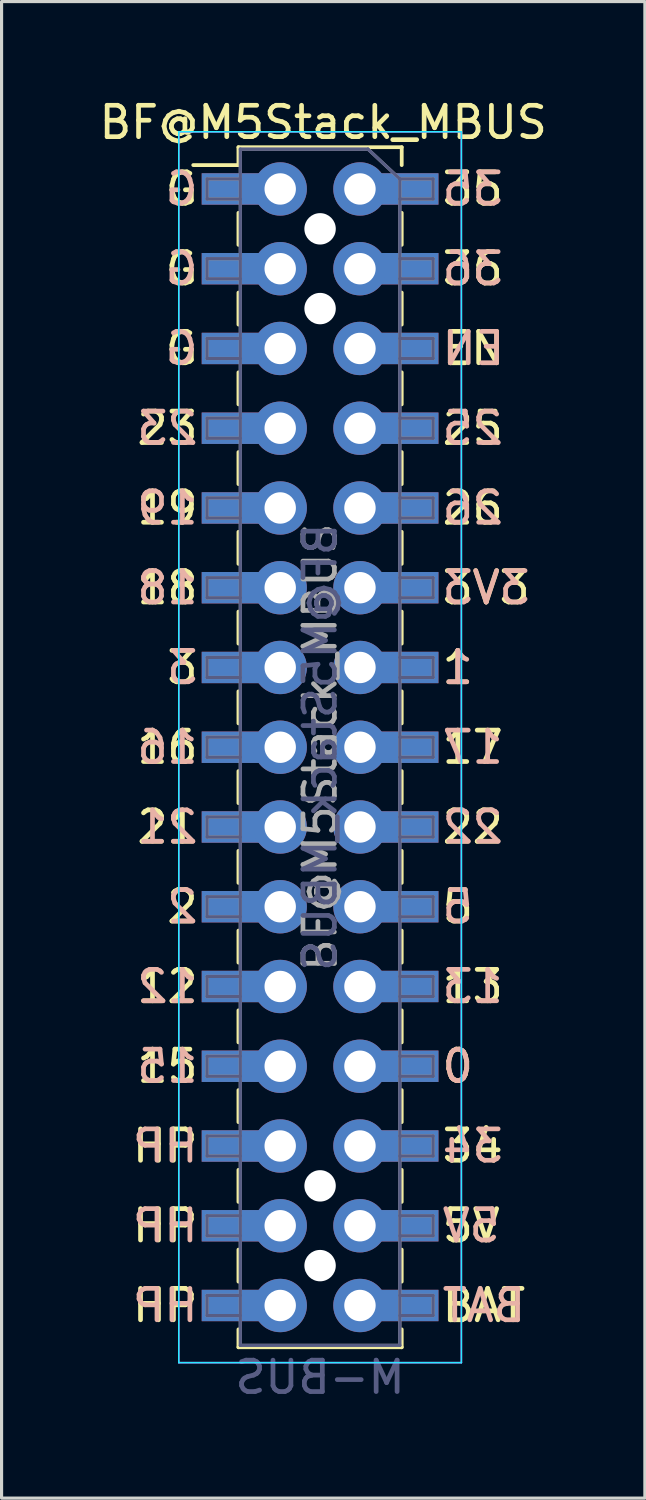
<source format=kicad_pcb>
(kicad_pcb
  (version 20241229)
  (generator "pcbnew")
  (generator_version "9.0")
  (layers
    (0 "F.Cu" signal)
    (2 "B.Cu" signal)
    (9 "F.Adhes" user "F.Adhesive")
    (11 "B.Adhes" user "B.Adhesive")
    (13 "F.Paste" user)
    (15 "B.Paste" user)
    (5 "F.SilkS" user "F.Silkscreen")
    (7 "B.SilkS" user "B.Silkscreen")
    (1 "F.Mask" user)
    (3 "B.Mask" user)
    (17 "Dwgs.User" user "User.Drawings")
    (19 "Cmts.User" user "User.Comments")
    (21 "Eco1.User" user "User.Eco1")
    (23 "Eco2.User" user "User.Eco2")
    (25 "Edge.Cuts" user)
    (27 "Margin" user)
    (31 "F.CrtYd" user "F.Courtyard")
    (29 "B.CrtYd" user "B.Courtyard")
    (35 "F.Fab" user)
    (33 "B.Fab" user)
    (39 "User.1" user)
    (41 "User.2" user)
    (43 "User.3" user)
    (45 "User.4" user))
  (footprint "BF@M5Stack_MBUS"
    (layer "F.Cu")
    (at 7.144 20.748)
    (property "Reference" "BF@M5Stack_MBUS" (at 0.1 -19.9 0) (layer "F.SilkS") (effects (font (size 1 1) (thickness 0.15))))
    (attr smd)
    (fp_line (start -4.04 -18.54) (end -2.6 -18.54) (stroke (width 0.12) (type solid)) (layer "F.SilkS"))
    (fp_line (start -2.6 -19.11) (end -2.6 -18.54) (stroke (width 0.12) (type solid)) (layer "F.SilkS"))
    (fp_line (start -2.6 -19.11) (end 2.6 -19.11) (stroke (width 0.12) (type solid)) (layer "F.SilkS"))
    (fp_line (start -2.6 -17.02) (end -2.6 -16) (stroke (width 0.12) (type solid)) (layer "F.SilkS"))
    (fp_line (start -2.6 -14.48) (end -2.6 -13.46) (stroke (width 0.12) (type solid)) (layer "F.SilkS"))
    (fp_line (start -2.6 -11.94) (end -2.6 -10.92) (stroke (width 0.12) (type solid)) (layer "F.SilkS"))
    (fp_line (start -2.6 -9.4) (end -2.6 -8.38) (stroke (width 0.12) (type solid)) (layer "F.SilkS"))
    (fp_line (start -2.6 -6.86) (end -2.6 -5.84) (stroke (width 0.12) (type solid)) (layer "F.SilkS"))
    (fp_line (start -2.6 -4.32) (end -2.6 -3.3) (stroke (width 0.12) (type solid)) (layer "F.SilkS"))
    (fp_line (start -2.6 -1.78) (end -2.6 -0.76) (stroke (width 0.12) (type solid)) (layer "F.SilkS"))
    (fp_line (start -2.6 0.76) (end -2.6 1.78) (stroke (width 0.12) (type solid)) (layer "F.SilkS"))
    (fp_line (start -2.6 3.3) (end -2.6 4.32) (stroke (width 0.12) (type solid)) (layer "F.SilkS"))
    (fp_line (start -2.6 5.84) (end -2.6 6.86) (stroke (width 0.12) (type solid)) (layer "F.SilkS"))
    (fp_line (start -2.6 8.38) (end -2.6 9.4) (stroke (width 0.12) (type solid)) (layer "F.SilkS"))
    (fp_line (start -2.6 10.92) (end -2.6 11.94) (stroke (width 0.12) (type solid)) (layer "F.SilkS"))
    (fp_line (start -2.6 13.46) (end -2.6 14.48) (stroke (width 0.12) (type solid)) (layer "F.SilkS"))
    (fp_line (start -2.6 16) (end -2.6 17.02) (stroke (width 0.12) (type solid)) (layer "F.SilkS"))
    (fp_line (start -2.6 18.54) (end -2.6 19.11) (stroke (width 0.12) (type solid)) (layer "F.SilkS"))
    (fp_line (start -2.6 19.11) (end 2.6 19.11) (stroke (width 0.12) (type solid)) (layer "F.SilkS"))
    (fp_line (start 2.6 -19.11) (end 2.6 -18.54) (stroke (width 0.12) (type solid)) (layer "F.SilkS"))
    (fp_line (start 2.6 -17.02) (end 2.6 -16) (stroke (width 0.12) (type solid)) (layer "F.SilkS"))
    (fp_line (start 2.6 -14.48) (end 2.6 -13.46) (stroke (width 0.12) (type solid)) (layer "F.SilkS"))
    (fp_line (start 2.6 -11.94) (end 2.6 -10.92) (stroke (width 0.12) (type solid)) (layer "F.SilkS"))
    (fp_line (start 2.6 -9.4) (end 2.6 -8.38) (stroke (width 0.12) (type solid)) (layer "F.SilkS"))
    (fp_line (start 2.6 -6.86) (end 2.6 -5.84) (stroke (width 0.12) (type solid)) (layer "F.SilkS"))
    (fp_line (start 2.6 -4.32) (end 2.6 -3.3) (stroke (width 0.12) (type solid)) (layer "F.SilkS"))
    (fp_line (start 2.6 -1.78) (end 2.6 -0.76) (stroke (width 0.12) (type solid)) (layer "F.SilkS"))
    (fp_line (start 2.6 0.76) (end 2.6 1.78) (stroke (width 0.12) (type solid)) (layer "F.SilkS"))
    (fp_line (start 2.6 3.3) (end 2.6 4.32) (stroke (width 0.12) (type solid)) (layer "F.SilkS"))
    (fp_line (start 2.6 5.84) (end 2.6 6.86) (stroke (width 0.12) (type solid)) (layer "F.SilkS"))
    (fp_line (start 2.6 8.38) (end 2.6 9.4) (stroke (width 0.12) (type solid)) (layer "F.SilkS"))
    (fp_line (start 2.6 10.92) (end 2.6 11.94) (stroke (width 0.12) (type solid)) (layer "F.SilkS"))
    (fp_line (start 2.6 13.46) (end 2.6 14.48) (stroke (width 0.12) (type solid)) (layer "F.SilkS"))
    (fp_line (start 2.6 16) (end 2.6 17.02) (stroke (width 0.12) (type solid)) (layer "F.SilkS"))
    (fp_line (start 2.6 18.54) (end 2.6 19.11) (stroke (width 0.12) (type solid)) (layer "F.SilkS"))
    (fp_poly (pts (xy -1.968 -17.335) (xy -3.683 -17.335) (xy -3.683 -18.224) (xy -1.968 -18.224)) (stroke (width 0.1) (type solid)) (fill yes) (layer "F.Paste"))
    (fp_poly (pts (xy -1.968 -14.796) (xy -3.683 -14.796) (xy -3.683 -15.684) (xy -1.968 -15.684)) (stroke (width 0.1) (type solid)) (fill yes) (layer "F.Paste"))
    (fp_poly (pts (xy -1.968 -12.255) (xy -3.683 -12.255) (xy -3.683 -13.145) (xy -1.968 -13.145)) (stroke (width 0.1) (type solid)) (fill yes) (layer "F.Paste"))
    (fp_poly (pts (xy -1.968 -9.716) (xy -3.683 -9.716) (xy -3.683 -10.604) (xy -1.968 -10.604)) (stroke (width 0.1) (type solid)) (fill yes) (layer "F.Paste"))
    (fp_poly (pts (xy -1.968 -7.176) (xy -3.683 -7.176) (xy -3.683 -8.065) (xy -1.968 -8.065)) (stroke (width 0.1) (type solid)) (fill yes) (layer "F.Paste"))
    (fp_poly (pts (xy -1.968 -4.636) (xy -3.683 -4.636) (xy -3.683 -5.524) (xy -1.968 -5.524)) (stroke (width 0.1) (type solid)) (fill yes) (layer "F.Paste"))
    (fp_poly (pts (xy -1.968 -2.095) (xy -3.683 -2.095) (xy -3.683 -2.985) (xy -1.968 -2.985)) (stroke (width 0.1) (type solid)) (fill yes) (layer "F.Paste"))
    (fp_poly (pts (xy -1.968 0.445) (xy -3.683 0.445) (xy -3.683 -0.445) (xy -1.968 -0.445)) (stroke (width 0.1) (type solid)) (fill yes) (layer "F.Paste"))
    (fp_poly (pts (xy -1.968 2.985) (xy -3.683 2.985) (xy -3.683 2.095) (xy -1.968 2.095)) (stroke (width 0.1) (type solid)) (fill yes) (layer "F.Paste"))
    (fp_poly (pts (xy -1.968 5.524) (xy -3.683 5.524) (xy -3.683 4.636) (xy -1.968 4.636)) (stroke (width 0.1) (type solid)) (fill yes) (layer "F.Paste"))
    (fp_poly (pts (xy -1.968 8.065) (xy -3.683 8.065) (xy -3.683 7.176) (xy -1.968 7.176)) (stroke (width 0.1) (type solid)) (fill yes) (layer "F.Paste"))
    (fp_poly (pts (xy -1.968 10.604) (xy -3.683 10.604) (xy -3.683 9.716) (xy -1.968 9.716)) (stroke (width 0.1) (type solid)) (fill yes) (layer "F.Paste"))
    (fp_poly (pts (xy -1.968 13.145) (xy -3.683 13.145) (xy -3.683 12.255) (xy -1.968 12.255)) (stroke (width 0.1) (type solid)) (fill yes) (layer "F.Paste"))
    (fp_poly (pts (xy -1.968 15.684) (xy -3.683 15.684) (xy -3.683 14.796) (xy -1.968 14.796)) (stroke (width 0.1) (type solid)) (fill yes) (layer "F.Paste"))
    (fp_poly (pts (xy -1.968 18.224) (xy -3.683 18.224) (xy -3.683 17.335) (xy -1.968 17.335)) (stroke (width 0.1) (type solid)) (fill yes) (layer "F.Paste"))
    (fp_poly (pts (xy 3.683 -17.335) (xy 1.968 -17.335) (xy 1.968 -18.224) (xy 3.683 -18.224)) (stroke (width 0.1) (type solid)) (fill yes) (layer "F.Paste"))
    (fp_poly (pts (xy 3.683 -14.796) (xy 1.968 -14.796) (xy 1.968 -15.684) (xy 3.683 -15.684)) (stroke (width 0.1) (type solid)) (fill yes) (layer "F.Paste"))
    (fp_poly (pts (xy 3.683 -12.255) (xy 1.968 -12.255) (xy 1.968 -13.145) (xy 3.683 -13.145)) (stroke (width 0.1) (type solid)) (fill yes) (layer "F.Paste"))
    (fp_poly (pts (xy 3.683 -9.716) (xy 1.968 -9.716) (xy 1.968 -10.604) (xy 3.683 -10.604)) (stroke (width 0.1) (type solid)) (fill yes) (layer "F.Paste"))
    (fp_poly (pts (xy 3.683 -7.176) (xy 1.968 -7.176) (xy 1.968 -8.065) (xy 3.683 -8.065)) (stroke (width 0.1) (type solid)) (fill yes) (layer "F.Paste"))
    (fp_poly (pts (xy 3.683 -4.636) (xy 1.968 -4.636) (xy 1.968 -5.524) (xy 3.683 -5.524)) (stroke (width 0.1) (type solid)) (fill yes) (layer "F.Paste"))
    (fp_poly (pts (xy 3.683 -2.095) (xy 1.968 -2.095) (xy 1.968 -2.985) (xy 3.683 -2.985)) (stroke (width 0.1) (type solid)) (fill yes) (layer "F.Paste"))
    (fp_poly (pts (xy 3.683 0.445) (xy 1.968 0.445) (xy 1.968 -0.445) (xy 3.683 -0.445)) (stroke (width 0.1) (type solid)) (fill yes) (layer "F.Paste"))
    (fp_poly (pts (xy 3.683 2.985) (xy 1.968 2.985) (xy 1.968 2.095) (xy 3.683 2.095)) (stroke (width 0.1) (type solid)) (fill yes) (layer "F.Paste"))
    (fp_poly (pts (xy 3.683 5.524) (xy 1.968 5.524) (xy 1.968 4.636) (xy 3.683 4.636)) (stroke (width 0.1) (type solid)) (fill yes) (layer "F.Paste"))
    (fp_poly (pts (xy 3.683 8.065) (xy 1.968 8.065) (xy 1.968 7.176) (xy 3.683 7.176)) (stroke (width 0.1) (type solid)) (fill yes) (layer "F.Paste"))
    (fp_poly (pts (xy 3.683 10.604) (xy 1.968 10.604) (xy 1.968 9.716) (xy 3.683 9.716)) (stroke (width 0.1) (type solid)) (fill yes) (layer "F.Paste"))
    (fp_poly (pts (xy 3.683 13.145) (xy 1.968 13.145) (xy 1.968 12.255) (xy 3.683 12.255)) (stroke (width 0.1) (type solid)) (fill yes) (layer "F.Paste"))
    (fp_poly (pts (xy 3.683 15.684) (xy 1.968 15.684) (xy 1.968 14.796) (xy 3.683 14.796)) (stroke (width 0.1) (type solid)) (fill yes) (layer "F.Paste"))
    (fp_poly (pts (xy 3.683 18.224) (xy 1.968 18.224) (xy 1.968 17.335) (xy 3.683 17.335)) (stroke (width 0.1) (type solid)) (fill yes) (layer "F.Paste"))
    (fp_poly (pts (xy -1.968 -18.224) (xy -3.683 -18.224) (xy -3.683 -17.335) (xy -1.968 -17.335)) (stroke (width 0.1) (type solid)) (fill yes) (layer "B.Paste"))
    (fp_poly (pts (xy -1.968 -15.684) (xy -3.683 -15.684) (xy -3.683 -14.796) (xy -1.968 -14.796)) (stroke (width 0.1) (type solid)) (fill yes) (layer "B.Paste"))
    (fp_poly (pts (xy -1.968 -13.145) (xy -3.683 -13.145) (xy -3.683 -12.255) (xy -1.968 -12.255)) (stroke (width 0.1) (type solid)) (fill yes) (layer "B.Paste"))
    (fp_poly (pts (xy -1.968 -10.604) (xy -3.683 -10.604) (xy -3.683 -9.716) (xy -1.968 -9.716)) (stroke (width 0.1) (type solid)) (fill yes) (layer "B.Paste"))
    (fp_poly (pts (xy -1.968 -8.065) (xy -3.683 -8.065) (xy -3.683 -7.176) (xy -1.968 -7.176)) (stroke (width 0.1) (type solid)) (fill yes) (layer "B.Paste"))
    (fp_poly (pts (xy -1.968 -5.524) (xy -3.683 -5.524) (xy -3.683 -4.636) (xy -1.968 -4.636)) (stroke (width 0.1) (type solid)) (fill yes) (layer "B.Paste"))
    (fp_poly (pts (xy -1.968 -2.985) (xy -3.683 -2.985) (xy -3.683 -2.095) (xy -1.968 -2.095)) (stroke (width 0.1) (type solid)) (fill yes) (layer "B.Paste"))
    (fp_poly (pts (xy -1.968 -0.445) (xy -3.683 -0.445) (xy -3.683 0.445) (xy -1.968 0.445)) (stroke (width 0.1) (type solid)) (fill yes) (layer "B.Paste"))
    (fp_poly (pts (xy -1.968 2.095) (xy -3.683 2.095) (xy -3.683 2.985) (xy -1.968 2.985)) (stroke (width 0.1) (type solid)) (fill yes) (layer "B.Paste"))
    (fp_poly (pts (xy -1.968 4.636) (xy -3.683 4.636) (xy -3.683 5.524) (xy -1.968 5.524)) (stroke (width 0.1) (type solid)) (fill yes) (layer "B.Paste"))
    (fp_poly (pts (xy -1.968 7.176) (xy -3.683 7.176) (xy -3.683 8.065) (xy -1.968 8.065)) (stroke (width 0.1) (type solid)) (fill yes) (layer "B.Paste"))
    (fp_poly (pts (xy -1.968 9.716) (xy -3.683 9.716) (xy -3.683 10.604) (xy -1.968 10.604)) (stroke (width 0.1) (type solid)) (fill yes) (layer "B.Paste"))
    (fp_poly (pts (xy -1.968 12.255) (xy -3.683 12.255) (xy -3.683 13.145) (xy -1.968 13.145)) (stroke (width 0.1) (type solid)) (fill yes) (layer "B.Paste"))
    (fp_poly (pts (xy -1.968 14.796) (xy -3.683 14.796) (xy -3.683 15.684) (xy -1.968 15.684)) (stroke (width 0.1) (type solid)) (fill yes) (layer "B.Paste"))
    (fp_poly (pts (xy -1.968 17.335) (xy -3.683 17.335) (xy -3.683 18.224) (xy -1.968 18.224)) (stroke (width 0.1) (type solid)) (fill yes) (layer "B.Paste"))
    (fp_poly (pts (xy 3.683 -18.224) (xy 1.968 -18.224) (xy 1.968 -17.335) (xy 3.683 -17.335)) (stroke (width 0.1) (type solid)) (fill yes) (layer "B.Paste"))
    (fp_poly (pts (xy 3.683 -15.684) (xy 1.968 -15.684) (xy 1.968 -14.796) (xy 3.683 -14.796)) (stroke (width 0.1) (type solid)) (fill yes) (layer "B.Paste"))
    (fp_poly (pts (xy 3.683 -13.145) (xy 1.968 -13.145) (xy 1.968 -12.255) (xy 3.683 -12.255)) (stroke (width 0.1) (type solid)) (fill yes) (layer "B.Paste"))
    (fp_poly (pts (xy 3.683 -10.604) (xy 1.968 -10.604) (xy 1.968 -9.716) (xy 3.683 -9.716)) (stroke (width 0.1) (type solid)) (fill yes) (layer "B.Paste"))
    (fp_poly (pts (xy 3.683 -8.065) (xy 1.968 -8.065) (xy 1.968 -7.176) (xy 3.683 -7.176)) (stroke (width 0.1) (type solid)) (fill yes) (layer "B.Paste"))
    (fp_poly (pts (xy 3.683 -5.524) (xy 1.968 -5.524) (xy 1.968 -4.636) (xy 3.683 -4.636)) (stroke (width 0.1) (type solid)) (fill yes) (layer "B.Paste"))
    (fp_poly (pts (xy 3.683 -2.985) (xy 1.968 -2.985) (xy 1.968 -2.095) (xy 3.683 -2.095)) (stroke (width 0.1) (type solid)) (fill yes) (layer "B.Paste"))
    (fp_poly (pts (xy 3.683 -0.445) (xy 1.968 -0.445) (xy 1.968 0.445) (xy 3.683 0.445)) (stroke (width 0.1) (type solid)) (fill yes) (layer "B.Paste"))
    (fp_poly (pts (xy 3.683 2.095) (xy 1.968 2.095) (xy 1.968 2.985) (xy 3.683 2.985)) (stroke (width 0.1) (type solid)) (fill yes) (layer "B.Paste"))
    (fp_poly (pts (xy 3.683 4.636) (xy 1.968 4.636) (xy 1.968 5.524) (xy 3.683 5.524)) (stroke (width 0.1) (type solid)) (fill yes) (layer "B.Paste"))
    (fp_poly (pts (xy 3.683 7.176) (xy 1.968 7.176) (xy 1.968 8.065) (xy 3.683 8.065)) (stroke (width 0.1) (type solid)) (fill yes) (layer "B.Paste"))
    (fp_poly (pts (xy 3.683 9.716) (xy 1.968 9.716) (xy 1.968 10.604) (xy 3.683 10.604)) (stroke (width 0.1) (type solid)) (fill yes) (layer "B.Paste"))
    (fp_poly (pts (xy 3.683 12.255) (xy 1.968 12.255) (xy 1.968 13.145) (xy 3.683 13.145)) (stroke (width 0.1) (type solid)) (fill yes) (layer "B.Paste"))
    (fp_poly (pts (xy 3.683 14.796) (xy 1.968 14.796) (xy 1.968 15.684) (xy 3.683 15.684)) (stroke (width 0.1) (type solid)) (fill yes) (layer "B.Paste"))
    (fp_poly (pts (xy 3.683 17.335) (xy 1.968 17.335) (xy 1.968 18.224) (xy 3.683 18.224)) (stroke (width 0.1) (type solid)) (fill yes) (layer "B.Paste"))
    (fp_line (start -4.5 -19.6) (end 4.5 -19.6) (stroke (width 0.05) (type solid)) (layer "B.CrtYd"))
    (fp_line (start -4.5 19.6) (end -4.5 -19.6) (stroke (width 0.05) (type solid)) (layer "B.CrtYd"))
    (fp_line (start 4.5 -19.6) (end 4.5 19.6) (stroke (width 0.05) (type solid)) (layer "B.CrtYd"))
    (fp_line (start 4.5 19.6) (end -4.5 19.6) (stroke (width 0.05) (type solid)) (layer "B.CrtYd"))
    (fp_line (start -4.5 -19.6) (end -4.5 19.6) (stroke (width 0.05) (type solid)) (layer "F.CrtYd"))
    (fp_line (start -4.5 19.6) (end 4.5 19.6) (stroke (width 0.05) (type solid)) (layer "F.CrtYd"))
    (fp_line (start 4.5 -19.6) (end -4.5 -19.6) (stroke (width 0.05) (type solid)) (layer "F.CrtYd"))
    (fp_line (start 4.5 19.6) (end 4.5 -19.6) (stroke (width 0.05) (type solid)) (layer "F.CrtYd"))
    (fp_line (start -3.6 -18.1) (end -3.6 -17.46) (stroke (width 0.1) (type solid)) (layer "B.Fab"))
    (fp_line (start -3.6 -17.46) (end -2.54 -17.46) (stroke (width 0.1) (type solid)) (layer "B.Fab"))
    (fp_line (start -3.6 -15.56) (end -3.6 -14.92) (stroke (width 0.1) (type solid)) (layer "B.Fab"))
    (fp_line (start -3.6 -14.92) (end -2.54 -14.92) (stroke (width 0.1) (type solid)) (layer "B.Fab"))
    (fp_line (start -3.6 -13.02) (end -3.6 -12.38) (stroke (width 0.1) (type solid)) (layer "B.Fab"))
    (fp_line (start -3.6 -12.38) (end -2.54 -12.38) (stroke (width 0.1) (type solid)) (layer "B.Fab"))
    (fp_line (start -3.6 -10.48) (end -3.6 -9.84) (stroke (width 0.1) (type solid)) (layer "B.Fab"))
    (fp_line (start -3.6 -9.84) (end -2.54 -9.84) (stroke (width 0.1) (type solid)) (layer "B.Fab"))
    (fp_line (start -3.6 -7.94) (end -3.6 -7.3) (stroke (width 0.1) (type solid)) (layer "B.Fab"))
    (fp_line (start -3.6 -7.3) (end -2.54 -7.3) (stroke (width 0.1) (type solid)) (layer "B.Fab"))
    (fp_line (start -3.6 -5.4) (end -3.6 -4.76) (stroke (width 0.1) (type solid)) (layer "B.Fab"))
    (fp_line (start -3.6 -4.76) (end -2.54 -4.76) (stroke (width 0.1) (type solid)) (layer "B.Fab"))
    (fp_line (start -3.6 -2.86) (end -3.6 -2.22) (stroke (width 0.1) (type solid)) (layer "B.Fab"))
    (fp_line (start -3.6 -2.22) (end -2.54 -2.22) (stroke (width 0.1) (type solid)) (layer "B.Fab"))
    (fp_line (start -3.6 -0.32) (end -3.6 0.32) (stroke (width 0.1) (type solid)) (layer "B.Fab"))
    (fp_line (start -3.6 0.32) (end -2.54 0.32) (stroke (width 0.1) (type solid)) (layer "B.Fab"))
    (fp_line (start -3.6 2.22) (end -3.6 2.86) (stroke (width 0.1) (type solid)) (layer "B.Fab"))
    (fp_line (start -3.6 2.86) (end -2.54 2.86) (stroke (width 0.1) (type solid)) (layer "B.Fab"))
    (fp_line (start -3.6 4.76) (end -3.6 5.4) (stroke (width 0.1) (type solid)) (layer "B.Fab"))
    (fp_line (start -3.6 5.4) (end -2.54 5.4) (stroke (width 0.1) (type solid)) (layer "B.Fab"))
    (fp_line (start -3.6 7.3) (end -3.6 7.94) (stroke (width 0.1) (type solid)) (layer "B.Fab"))
    (fp_line (start -3.6 7.94) (end -2.54 7.94) (stroke (width 0.1) (type solid)) (layer "B.Fab"))
    (fp_line (start -3.6 9.84) (end -3.6 10.48) (stroke (width 0.1) (type solid)) (layer "B.Fab"))
    (fp_line (start -3.6 10.48) (end -2.54 10.48) (stroke (width 0.1) (type solid)) (layer "B.Fab"))
    (fp_line (start -3.6 12.38) (end -3.6 13.02) (stroke (width 0.1) (type solid)) (layer "B.Fab"))
    (fp_line (start -3.6 13.02) (end -2.54 13.02) (stroke (width 0.1) (type solid)) (layer "B.Fab"))
    (fp_line (start -3.6 14.92) (end -3.6 15.56) (stroke (width 0.1) (type solid)) (layer "B.Fab"))
    (fp_line (start -3.6 15.56) (end -2.54 15.56) (stroke (width 0.1) (type solid)) (layer "B.Fab"))
    (fp_line (start -3.6 17.46) (end -3.6 18.1) (stroke (width 0.1) (type solid)) (layer "B.Fab"))
    (fp_line (start -3.6 18.1) (end -2.54 18.1) (stroke (width 0.1) (type solid)) (layer "B.Fab"))
    (fp_line (start -2.54 -19.05) (end 1.524 -19.05) (stroke (width 0.1) (type solid)) (layer "B.Fab"))
    (fp_line (start -2.54 -18.1) (end -3.6 -18.1) (stroke (width 0.1) (type solid)) (layer "B.Fab"))
    (fp_line (start -2.54 -15.56) (end -3.6 -15.56) (stroke (width 0.1) (type solid)) (layer "B.Fab"))
    (fp_line (start -2.54 -13.02) (end -3.6 -13.02) (stroke (width 0.1) (type solid)) (layer "B.Fab"))
    (fp_line (start -2.54 -10.48) (end -3.6 -10.48) (stroke (width 0.1) (type solid)) (layer "B.Fab"))
    (fp_line (start -2.54 -7.94) (end -3.6 -7.94) (stroke (width 0.1) (type solid)) (layer "B.Fab"))
    (fp_line (start -2.54 -5.4) (end -3.6 -5.4) (stroke (width 0.1) (type solid)) (layer "B.Fab"))
    (fp_line (start -2.54 -2.86) (end -3.6 -2.86) (stroke (width 0.1) (type solid)) (layer "B.Fab"))
    (fp_line (start -2.54 -0.32) (end -3.6 -0.32) (stroke (width 0.1) (type solid)) (layer "B.Fab"))
    (fp_line (start -2.54 2.22) (end -3.6 2.22) (stroke (width 0.1) (type solid)) (layer "B.Fab"))
    (fp_line (start -2.54 4.76) (end -3.6 4.76) (stroke (width 0.1) (type solid)) (layer "B.Fab"))
    (fp_line (start -2.54 7.3) (end -3.6 7.3) (stroke (width 0.1) (type solid)) (layer "B.Fab"))
    (fp_line (start -2.54 9.84) (end -3.6 9.84) (stroke (width 0.1) (type solid)) (layer "B.Fab"))
    (fp_line (start -2.54 12.38) (end -3.6 12.38) (stroke (width 0.1) (type solid)) (layer "B.Fab"))
    (fp_line (start -2.54 14.92) (end -3.6 14.92) (stroke (width 0.1) (type solid)) (layer "B.Fab"))
    (fp_line (start -2.54 17.46) (end -3.6 17.46) (stroke (width 0.1) (type solid)) (layer "B.Fab"))
    (fp_line (start -2.54 19.05) (end -2.54 -19.05) (stroke (width 0.1) (type solid)) (layer "B.Fab"))
    (fp_line (start 2.54 -18.1) (end 1.524 -19.05) (stroke (width 0.1) (type solid)) (layer "B.Fab"))
    (fp_line (start 2.54 -18.1) (end 2.54 19.05) (stroke (width 0.1) (type solid)) (layer "B.Fab"))
    (fp_line (start 2.54 -18.1) (end 3.6 -18.1) (stroke (width 0.1) (type solid)) (layer "B.Fab"))
    (fp_line (start 2.54 -15.56) (end 3.6 -15.56) (stroke (width 0.1) (type solid)) (layer "B.Fab"))
    (fp_line (start 2.54 -13.02) (end 3.6 -13.02) (stroke (width 0.1) (type solid)) (layer "B.Fab"))
    (fp_line (start 2.54 -10.48) (end 3.6 -10.48) (stroke (width 0.1) (type solid)) (layer "B.Fab"))
    (fp_line (start 2.54 -7.94) (end 3.6 -7.94) (stroke (width 0.1) (type solid)) (layer "B.Fab"))
    (fp_line (start 2.54 -5.4) (end 3.6 -5.4) (stroke (width 0.1) (type solid)) (layer "B.Fab"))
    (fp_line (start 2.54 -2.86) (end 3.6 -2.86) (stroke (width 0.1) (type solid)) (layer "B.Fab"))
    (fp_line (start 2.54 -0.32) (end 3.6 -0.32) (stroke (width 0.1) (type solid)) (layer "B.Fab"))
    (fp_line (start 2.54 2.22) (end 3.6 2.22) (stroke (width 0.1) (type solid)) (layer "B.Fab"))
    (fp_line (start 2.54 4.76) (end 3.6 4.76) (stroke (width 0.1) (type solid)) (layer "B.Fab"))
    (fp_line (start 2.54 7.3) (end 3.6 7.3) (stroke (width 0.1) (type solid)) (layer "B.Fab"))
    (fp_line (start 2.54 9.84) (end 3.6 9.84) (stroke (width 0.1) (type solid)) (layer "B.Fab"))
    (fp_line (start 2.54 12.38) (end 3.6 12.38) (stroke (width 0.1) (type solid)) (layer "B.Fab"))
    (fp_line (start 2.54 14.92) (end 3.6 14.92) (stroke (width 0.1) (type solid)) (layer "B.Fab"))
    (fp_line (start 2.54 17.46) (end 3.6 17.46) (stroke (width 0.1) (type solid)) (layer "B.Fab"))
    (fp_line (start 2.54 19.05) (end -2.54 19.05) (stroke (width 0.1) (type solid)) (layer "B.Fab"))
    (fp_line (start 3.6 -18.1) (end 3.6 -17.46) (stroke (width 0.1) (type solid)) (layer "B.Fab"))
    (fp_line (start 3.6 -17.46) (end 2.54 -17.46) (stroke (width 0.1) (type solid)) (layer "B.Fab"))
    (fp_line (start 3.6 -15.56) (end 3.6 -14.92) (stroke (width 0.1) (type solid)) (layer "B.Fab"))
    (fp_line (start 3.6 -14.92) (end 2.54 -14.92) (stroke (width 0.1) (type solid)) (layer "B.Fab"))
    (fp_line (start 3.6 -13.02) (end 3.6 -12.38) (stroke (width 0.1) (type solid)) (layer "B.Fab"))
    (fp_line (start 3.6 -12.38) (end 2.54 -12.38) (stroke (width 0.1) (type solid)) (layer "B.Fab"))
    (fp_line (start 3.6 -10.48) (end 3.6 -9.84) (stroke (width 0.1) (type solid)) (layer "B.Fab"))
    (fp_line (start 3.6 -9.84) (end 2.54 -9.84) (stroke (width 0.1) (type solid)) (layer "B.Fab"))
    (fp_line (start 3.6 -7.94) (end 3.6 -7.3) (stroke (width 0.1) (type solid)) (layer "B.Fab"))
    (fp_line (start 3.6 -7.3) (end 2.54 -7.3) (stroke (width 0.1) (type solid)) (layer "B.Fab"))
    (fp_line (start 3.6 -5.4) (end 3.6 -4.76) (stroke (width 0.1) (type solid)) (layer "B.Fab"))
    (fp_line (start 3.6 -4.76) (end 2.54 -4.76) (stroke (width 0.1) (type solid)) (layer "B.Fab"))
    (fp_line (start 3.6 -2.86) (end 3.6 -2.22) (stroke (width 0.1) (type solid)) (layer "B.Fab"))
    (fp_line (start 3.6 -2.22) (end 2.54 -2.22) (stroke (width 0.1) (type solid)) (layer "B.Fab"))
    (fp_line (start 3.6 -0.32) (end 3.6 0.32) (stroke (width 0.1) (type solid)) (layer "B.Fab"))
    (fp_line (start 3.6 0.32) (end 2.54 0.32) (stroke (width 0.1) (type solid)) (layer "B.Fab"))
    (fp_line (start 3.6 2.22) (end 3.6 2.86) (stroke (width 0.1) (type solid)) (layer "B.Fab"))
    (fp_line (start 3.6 2.86) (end 2.54 2.86) (stroke (width 0.1) (type solid)) (layer "B.Fab"))
    (fp_line (start 3.6 4.76) (end 3.6 5.4) (stroke (width 0.1) (type solid)) (layer "B.Fab"))
    (fp_line (start 3.6 5.4) (end 2.54 5.4) (stroke (width 0.1) (type solid)) (layer "B.Fab"))
    (fp_line (start 3.6 7.3) (end 3.6 7.94) (stroke (width 0.1) (type solid)) (layer "B.Fab"))
    (fp_line (start 3.6 7.94) (end 2.54 7.94) (stroke (width 0.1) (type solid)) (layer "B.Fab"))
    (fp_line (start 3.6 9.84) (end 3.6 10.48) (stroke (width 0.1) (type solid)) (layer "B.Fab"))
    (fp_line (start 3.6 10.48) (end 2.54 10.48) (stroke (width 0.1) (type solid)) (layer "B.Fab"))
    (fp_line (start 3.6 12.38) (end 3.6 13.02) (stroke (width 0.1) (type solid)) (layer "B.Fab"))
    (fp_line (start 3.6 13.02) (end 2.54 13.02) (stroke (width 0.1) (type solid)) (layer "B.Fab"))
    (fp_line (start 3.6 14.92) (end 3.6 15.56) (stroke (width 0.1) (type solid)) (layer "B.Fab"))
    (fp_line (start 3.6 15.56) (end 2.54 15.56) (stroke (width 0.1) (type solid)) (layer "B.Fab"))
    (fp_line (start 3.6 17.46) (end 3.6 18.1) (stroke (width 0.1) (type solid)) (layer "B.Fab"))
    (fp_line (start 3.6 18.1) (end 2.54 18.1) (stroke (width 0.1) (type solid)) (layer "B.Fab"))
    (fp_line (start -3.6 -18.1) (end -3.6 -17.46) (stroke (width 0.1) (type solid)) (layer "F.Fab"))
    (fp_line (start -3.6 -17.46) (end -2.54 -17.46) (stroke (width 0.1) (type solid)) (layer "F.Fab"))
    (fp_line (start -3.6 -15.56) (end -3.6 -14.92) (stroke (width 0.1) (type solid)) (layer "F.Fab"))
    (fp_line (start -3.6 -14.92) (end -2.54 -14.92) (stroke (width 0.1) (type solid)) (layer "F.Fab"))
    (fp_line (start -3.6 -13.02) (end -3.6 -12.38) (stroke (width 0.1) (type solid)) (layer "F.Fab"))
    (fp_line (start -3.6 -12.38) (end -2.54 -12.38) (stroke (width 0.1) (type solid)) (layer "F.Fab"))
    (fp_line (start -3.6 -10.48) (end -3.6 -9.84) (stroke (width 0.1) (type solid)) (layer "F.Fab"))
    (fp_line (start -3.6 -9.84) (end -2.54 -9.84) (stroke (width 0.1) (type solid)) (layer "F.Fab"))
    (fp_line (start -3.6 -7.94) (end -3.6 -7.3) (stroke (width 0.1) (type solid)) (layer "F.Fab"))
    (fp_line (start -3.6 -7.3) (end -2.54 -7.3) (stroke (width 0.1) (type solid)) (layer "F.Fab"))
    (fp_line (start -3.6 -5.4) (end -3.6 -4.76) (stroke (width 0.1) (type solid)) (layer "F.Fab"))
    (fp_line (start -3.6 -4.76) (end -2.54 -4.76) (stroke (width 0.1) (type solid)) (layer "F.Fab"))
    (fp_line (start -3.6 -2.86) (end -3.6 -2.22) (stroke (width 0.1) (type solid)) (layer "F.Fab"))
    (fp_line (start -3.6 -2.22) (end -2.54 -2.22) (stroke (width 0.1) (type solid)) (layer "F.Fab"))
    (fp_line (start -3.6 -0.32) (end -3.6 0.32) (stroke (width 0.1) (type solid)) (layer "F.Fab"))
    (fp_line (start -3.6 0.32) (end -2.54 0.32) (stroke (width 0.1) (type solid)) (layer "F.Fab"))
    (fp_line (start -3.6 2.22) (end -3.6 2.86) (stroke (width 0.1) (type solid)) (layer "F.Fab"))
    (fp_line (start -3.6 2.86) (end -2.54 2.86) (stroke (width 0.1) (type solid)) (layer "F.Fab"))
    (fp_line (start -3.6 4.76) (end -3.6 5.4) (stroke (width 0.1) (type solid)) (layer "F.Fab"))
    (fp_line (start -3.6 5.4) (end -2.54 5.4) (stroke (width 0.1) (type solid)) (layer "F.Fab"))
    (fp_line (start -3.6 7.3) (end -3.6 7.94) (stroke (width 0.1) (type solid)) (layer "F.Fab"))
    (fp_line (start -3.6 7.94) (end -2.54 7.94) (stroke (width 0.1) (type solid)) (layer "F.Fab"))
    (fp_line (start -3.6 9.84) (end -3.6 10.48) (stroke (width 0.1) (type solid)) (layer "F.Fab"))
    (fp_line (start -3.6 10.48) (end -2.54 10.48) (stroke (width 0.1) (type solid)) (layer "F.Fab"))
    (fp_line (start -3.6 12.38) (end -3.6 13.02) (stroke (width 0.1) (type solid)) (layer "F.Fab"))
    (fp_line (start -3.6 13.02) (end -2.54 13.02) (stroke (width 0.1) (type solid)) (layer "F.Fab"))
    (fp_line (start -3.6 14.92) (end -3.6 15.56) (stroke (width 0.1) (type solid)) (layer "F.Fab"))
    (fp_line (start -3.6 15.56) (end -2.54 15.56) (stroke (width 0.1) (type solid)) (layer "F.Fab"))
    (fp_line (start -3.6 17.46) (end -3.6 18.1) (stroke (width 0.1) (type solid)) (layer "F.Fab"))
    (fp_line (start -3.6 18.1) (end -2.54 18.1) (stroke (width 0.1) (type solid)) (layer "F.Fab"))
    (fp_line (start -2.54 -19.05) (end 1.524 -19.05) (stroke (width 0.1) (type solid)) (layer "F.Fab"))
    (fp_line (start -2.54 -18.1) (end -3.6 -18.1) (stroke (width 0.1) (type solid)) (layer "F.Fab"))
    (fp_line (start -2.54 -15.56) (end -3.6 -15.56) (stroke (width 0.1) (type solid)) (layer "F.Fab"))
    (fp_line (start -2.54 -13.02) (end -3.6 -13.02) (stroke (width 0.1) (type solid)) (layer "F.Fab"))
    (fp_line (start -2.54 -10.48) (end -3.6 -10.48) (stroke (width 0.1) (type solid)) (layer "F.Fab"))
    (fp_line (start -2.54 -7.94) (end -3.6 -7.94) (stroke (width 0.1) (type solid)) (layer "F.Fab"))
    (fp_line (start -2.54 -5.4) (end -3.6 -5.4) (stroke (width 0.1) (type solid)) (layer "F.Fab"))
    (fp_line (start -2.54 -2.86) (end -3.6 -2.86) (stroke (width 0.1) (type solid)) (layer "F.Fab"))
    (fp_line (start -2.54 -0.32) (end -3.6 -0.32) (stroke (width 0.1) (type solid)) (layer "F.Fab"))
    (fp_line (start -2.54 2.22) (end -3.6 2.22) (stroke (width 0.1) (type solid)) (layer "F.Fab"))
    (fp_line (start -2.54 4.76) (end -3.6 4.76) (stroke (width 0.1) (type solid)) (layer "F.Fab"))
    (fp_line (start -2.54 7.3) (end -3.6 7.3) (stroke (width 0.1) (type solid)) (layer "F.Fab"))
    (fp_line (start -2.54 9.84) (end -3.6 9.84) (stroke (width 0.1) (type solid)) (layer "F.Fab"))
    (fp_line (start -2.54 12.38) (end -3.6 12.38) (stroke (width 0.1) (type solid)) (layer "F.Fab"))
    (fp_line (start -2.54 14.92) (end -3.6 14.92) (stroke (width 0.1) (type solid)) (layer "F.Fab"))
    (fp_line (start -2.54 17.46) (end -3.6 17.46) (stroke (width 0.1) (type solid)) (layer "F.Fab"))
    (fp_line (start -2.54 19.05) (end -2.54 -19.05) (stroke (width 0.1) (type solid)) (layer "F.Fab"))
    (fp_line (start 2.54 -18.1) (end 1.524 -19.05) (stroke (width 0.1) (type solid)) (layer "F.Fab"))
    (fp_line (start 2.54 -18.1) (end 2.54 19.05) (stroke (width 0.1) (type solid)) (layer "F.Fab"))
    (fp_line (start 2.54 -18.1) (end 3.6 -18.1) (stroke (width 0.1) (type solid)) (layer "F.Fab"))
    (fp_line (start 2.54 -15.56) (end 3.6 -15.56) (stroke (width 0.1) (type solid)) (layer "F.Fab"))
    (fp_line (start 2.54 -13.02) (end 3.6 -13.02) (stroke (width 0.1) (type solid)) (layer "F.Fab"))
    (fp_line (start 2.54 -10.48) (end 3.6 -10.48) (stroke (width 0.1) (type solid)) (layer "F.Fab"))
    (fp_line (start 2.54 -7.94) (end 3.6 -7.94) (stroke (width 0.1) (type solid)) (layer "F.Fab"))
    (fp_line (start 2.54 -5.4) (end 3.6 -5.4) (stroke (width 0.1) (type solid)) (layer "F.Fab"))
    (fp_line (start 2.54 -2.86) (end 3.6 -2.86) (stroke (width 0.1) (type solid)) (layer "F.Fab"))
    (fp_line (start 2.54 -0.32) (end 3.6 -0.32) (stroke (width 0.1) (type solid)) (layer "F.Fab"))
    (fp_line (start 2.54 2.22) (end 3.6 2.22) (stroke (width 0.1) (type solid)) (layer "F.Fab"))
    (fp_line (start 2.54 4.76) (end 3.6 4.76) (stroke (width 0.1) (type solid)) (layer "F.Fab"))
    (fp_line (start 2.54 7.3) (end 3.6 7.3) (stroke (width 0.1) (type solid)) (layer "F.Fab"))
    (fp_line (start 2.54 9.84) (end 3.6 9.84) (stroke (width 0.1) (type solid)) (layer "F.Fab"))
    (fp_line (start 2.54 12.38) (end 3.6 12.38) (stroke (width 0.1) (type solid)) (layer "F.Fab"))
    (fp_line (start 2.54 14.92) (end 3.6 14.92) (stroke (width 0.1) (type solid)) (layer "F.Fab"))
    (fp_line (start 2.54 17.46) (end 3.6 17.46) (stroke (width 0.1) (type solid)) (layer "F.Fab"))
    (fp_line (start 2.54 19.05) (end -2.54 19.05) (stroke (width 0.1) (type solid)) (layer "F.Fab"))
    (fp_line (start 3.6 -18.1) (end 3.6 -17.46) (stroke (width 0.1) (type solid)) (layer "F.Fab"))
    (fp_line (start 3.6 -17.46) (end 2.54 -17.46) (stroke (width 0.1) (type solid)) (layer "F.Fab"))
    (fp_line (start 3.6 -15.56) (end 3.6 -14.92) (stroke (width 0.1) (type solid)) (layer "F.Fab"))
    (fp_line (start 3.6 -14.92) (end 2.54 -14.92) (stroke (width 0.1) (type solid)) (layer "F.Fab"))
    (fp_line (start 3.6 -13.02) (end 3.6 -12.38) (stroke (width 0.1) (type solid)) (layer "F.Fab"))
    (fp_line (start 3.6 -12.38) (end 2.54 -12.38) (stroke (width 0.1) (type solid)) (layer "F.Fab"))
    (fp_line (start 3.6 -10.48) (end 3.6 -9.84) (stroke (width 0.1) (type solid)) (layer "F.Fab"))
    (fp_line (start 3.6 -9.84) (end 2.54 -9.84) (stroke (width 0.1) (type solid)) (layer "F.Fab"))
    (fp_line (start 3.6 -7.94) (end 3.6 -7.3) (stroke (width 0.1) (type solid)) (layer "F.Fab"))
    (fp_line (start 3.6 -7.3) (end 2.54 -7.3) (stroke (width 0.1) (type solid)) (layer "F.Fab"))
    (fp_line (start 3.6 -5.4) (end 3.6 -4.76) (stroke (width 0.1) (type solid)) (layer "F.Fab"))
    (fp_line (start 3.6 -4.76) (end 2.54 -4.76) (stroke (width 0.1) (type solid)) (layer "F.Fab"))
    (fp_line (start 3.6 -2.86) (end 3.6 -2.22) (stroke (width 0.1) (type solid)) (layer "F.Fab"))
    (fp_line (start 3.6 -2.22) (end 2.54 -2.22) (stroke (width 0.1) (type solid)) (layer "F.Fab"))
    (fp_line (start 3.6 -0.32) (end 3.6 0.32) (stroke (width 0.1) (type solid)) (layer "F.Fab"))
    (fp_line (start 3.6 0.32) (end 2.54 0.32) (stroke (width 0.1) (type solid)) (layer "F.Fab"))
    (fp_line (start 3.6 2.22) (end 3.6 2.86) (stroke (width 0.1) (type solid)) (layer "F.Fab"))
    (fp_line (start 3.6 2.86) (end 2.54 2.86) (stroke (width 0.1) (type solid)) (layer "F.Fab"))
    (fp_line (start 3.6 4.76) (end 3.6 5.4) (stroke (width 0.1) (type solid)) (layer "F.Fab"))
    (fp_line (start 3.6 5.4) (end 2.54 5.4) (stroke (width 0.1) (type solid)) (layer "F.Fab"))
    (fp_line (start 3.6 7.3) (end 3.6 7.94) (stroke (width 0.1) (type solid)) (layer "F.Fab"))
    (fp_line (start 3.6 7.94) (end 2.54 7.94) (stroke (width 0.1) (type solid)) (layer "F.Fab"))
    (fp_line (start 3.6 9.84) (end 3.6 10.48) (stroke (width 0.1) (type solid)) (layer "F.Fab"))
    (fp_line (start 3.6 10.48) (end 2.54 10.48) (stroke (width 0.1) (type solid)) (layer "F.Fab"))
    (fp_line (start 3.6 12.38) (end 3.6 13.02) (stroke (width 0.1) (type solid)) (layer "F.Fab"))
    (fp_line (start 3.6 13.02) (end 2.54 13.02) (stroke (width 0.1) (type solid)) (layer "F.Fab"))
    (fp_line (start 3.6 14.92) (end 3.6 15.56) (stroke (width 0.1) (type solid)) (layer "F.Fab"))
    (fp_line (start 3.6 15.56) (end 2.54 15.56) (stroke (width 0.1) (type solid)) (layer "F.Fab"))
    (fp_line (start 3.6 17.46) (end 3.6 18.1) (stroke (width 0.1) (type solid)) (layer "F.Fab"))
    (fp_line (start 3.6 18.1) (end 2.54 18.1) (stroke (width 0.1) (type solid)) (layer "F.Fab"))
    (fp_text user "12" (at -3.81 7.62 0) (layer "F.SilkS") (effects (font (size 1 1) (thickness 0.15)) (justify right)))
    (fp_text user "BAT" (at 3.81 17.78 0) (layer "F.SilkS") (effects (font (size 1 1) (thickness 0.15)) (justify left)))
    (fp_text user "15" (at -3.81 10.16 0) (layer "F.SilkS") (effects (font (size 1 1) (thickness 0.15)) (justify right)))
    (fp_text user "25" (at 3.81 -10.16 0) (layer "F.SilkS") (effects (font (size 1 1) (thickness 0.15)) (justify left)))
    (fp_text user "G" (at -3.81 -17.78 0) (layer "F.SilkS") (effects (font (size 1 1) (thickness 0.15)) (justify right)))
    (fp_text user "13" (at 3.81 7.62 0) (layer "F.SilkS") (effects (font (size 1 1) (thickness 0.15)) (justify left)))
    (fp_text user "21" (at -3.81 2.54 0) (layer "F.SilkS") (effects (font (size 1 1) (thickness 0.15)) (justify right)))
    (fp_text user "17" (at 3.81 0 0) (layer "F.SilkS") (effects (font (size 1 1) (thickness 0.15)) (justify left)))
    (fp_text user "3V3" (at 3.81 -5.08 0) (layer "F.SilkS") (effects (font (size 1 1) (thickness 0.15)) (justify left)))
    (fp_text user "5" (at 3.81 5.08 0) (layer "F.SilkS") (effects (font (size 1 1) (thickness 0.15)) (justify left)))
    (fp_text user "23" (at -3.81 -10.16 0) (layer "F.SilkS") (effects (font (size 1 1) (thickness 0.15)) (justify right)))
    (fp_text user "1" (at 3.81 -2.54 0) (layer "F.SilkS") (effects (font (size 1 1) (thickness 0.15)) (justify left)))
    (fp_text user "0" (at 3.81 10.16 0) (layer "F.SilkS") (effects (font (size 1 1) (thickness 0.15)) (justify left)))
    (fp_text user "22" (at 3.81 2.54 0) (layer "F.SilkS") (effects (font (size 1 1) (thickness 0.15)) (justify left)))
    (fp_text user "34" (at 3.81 12.7 0) (layer "F.SilkS") (effects (font (size 1 1) (thickness 0.15)) (justify left)))
    (fp_text user "HP" (at -3.81 15.24 0) (layer "F.SilkS") (effects (font (size 1 1) (thickness 0.15)) (justify right)))
    (fp_text user "18" (at -3.81 -5.08 0) (layer "F.SilkS") (effects (font (size 1 1) (thickness 0.15)) (justify right)))
    (fp_text user "16" (at -3.81 0 0) (layer "F.SilkS") (effects (font (size 1 1) (thickness 0.15)) (justify right)))
    (fp_text user "19" (at -3.81 -7.62 0) (layer "F.SilkS") (effects (font (size 1 1) (thickness 0.15)) (justify right)))
    (fp_text user "HP" (at -3.81 17.78 0) (layer "F.SilkS") (effects (font (size 1 1) (thickness 0.15)) (justify right)))
    (fp_text user "EN" (at 3.81 -12.7 0) (layer "F.SilkS") (effects (font (size 1 1) (thickness 0.15)) (justify left)))
    (fp_text user "3" (at -3.81 -2.54 0) (layer "F.SilkS") (effects (font (size 1 1) (thickness 0.15)) (justify right)))
    (fp_text user "5V" (at 3.81 15.24 0) (layer "F.SilkS") (effects (font (size 1 1) (thickness 0.15)) (justify left)))
    (fp_text user "36" (at 3.81 -15.24 0) (layer "F.SilkS") (effects (font (size 1 1) (thickness 0.15)) (justify left)))
    (fp_text user "35" (at 3.81 -17.78 0) (layer "F.SilkS") (effects (font (size 1 1) (thickness 0.15)) (justify left)))
    (fp_text user "HP" (at -3.81 12.7 0) (layer "F.SilkS") (effects (font (size 1 1) (thickness 0.15)) (justify right)))
    (fp_text user "2" (at -3.81 5.08 0) (layer "F.SilkS") (effects (font (size 1 1) (thickness 0.15)) (justify right)))
    (fp_text user "G" (at -3.81 -12.7 0) (layer "F.SilkS") (effects (font (size 1 1) (thickness 0.15)) (justify right)))
    (fp_text user "G" (at -3.81 -15.24 0) (layer "F.SilkS") (effects (font (size 1 1) (thickness 0.15)) (justify right)))
    (fp_text user "26" (at 3.81 -7.62 0) (layer "F.SilkS") (effects (font (size 1 1) (thickness 0.15)) (justify left)))
    (fp_text user "EN" (at 3.81 -12.7 180) (layer "B.SilkS") (effects (font (size 1 1) (thickness 0.15)) (justify right mirror)))
    (fp_text user "22" (at 3.81 2.54 180) (layer "B.SilkS") (effects (font (size 1 1) (thickness 0.15)) (justify right mirror)))
    (fp_text user "HP" (at -3.81 12.7 180) (layer "B.SilkS") (effects (font (size 1 1) (thickness 0.15)) (justify left mirror)))
    (fp_text user "1" (at 3.81 -2.54 180) (layer "B.SilkS") (effects (font (size 1 1) (thickness 0.15)) (justify right mirror)))
    (fp_text user "3V3" (at 3.81 -5.08 180) (layer "B.SilkS") (effects (font (size 1 1) (thickness 0.15)) (justify right mirror)))
    (fp_text user "BAT" (at 3.81 17.78 180) (layer "B.SilkS") (effects (font (size 1 1) (thickness 0.15)) (justify right mirror)))
    (fp_text user "5V" (at 3.81 15.24 180) (layer "B.SilkS") (effects (font (size 1 1) (thickness 0.15)) (justify right mirror)))
    (fp_text user "3" (at -3.81 -2.54 180) (layer "B.SilkS") (effects (font (size 1 1) (thickness 0.15)) (justify left mirror)))
    (fp_text user "G" (at -3.81 -15.24 180) (layer "B.SilkS") (effects (font (size 1 1) (thickness 0.15)) (justify left mirror)))
    (fp_text user "HP" (at -3.81 15.24 180) (layer "B.SilkS") (effects (font (size 1 1) (thickness 0.15)) (justify left mirror)))
    (fp_text user "G" (at -3.81 -12.7 180) (layer "B.SilkS") (effects (font (size 1 1) (thickness 0.15)) (justify left mirror)))
    (fp_text user "23" (at -3.81 -10.16 180) (layer "B.SilkS") (effects (font (size 1 1) (thickness 0.15)) (justify left mirror)))
    (fp_text user "13" (at 3.81 7.62 180) (layer "B.SilkS") (effects (font (size 1 1) (thickness 0.15)) (justify right mirror)))
    (fp_text user "21" (at -3.81 2.54 180) (layer "B.SilkS") (effects (font (size 1 1) (thickness 0.15)) (justify left mirror)))
    (fp_text user "5" (at 3.81 5.08 180) (layer "B.SilkS") (effects (font (size 1 1) (thickness 0.15)) (justify right mirror)))
    (fp_text user "12" (at -3.81 7.62 180) (layer "B.SilkS") (effects (font (size 1 1) (thickness 0.15)) (justify left mirror)))
    (fp_text user "15" (at -3.81 10.16 180) (layer "B.SilkS") (effects (font (size 1 1) (thickness 0.15)) (justify left mirror)))
    (fp_text user "34" (at 3.81 12.7 180) (layer "B.SilkS") (effects (font (size 1 1) (thickness 0.15)) (justify right mirror)))
    (fp_text user "0" (at 3.81 10.16 180) (layer "B.SilkS") (effects (font (size 1 1) (thickness 0.15)) (justify right mirror)))
    (fp_text user "36" (at 3.81 -15.24 180) (layer "B.SilkS") (effects (font (size 1 1) (thickness 0.15)) (justify right mirror)))
    (fp_text user "HP" (at -3.81 17.78 180) (layer "B.SilkS") (effects (font (size 1 1) (thickness 0.15)) (justify left mirror)))
    (fp_text user "26" (at 3.81 -7.62 180) (layer "B.SilkS") (effects (font (size 1 1) (thickness 0.15)) (justify right mirror)))
    (fp_text user "G" (at -3.81 -17.78 180) (layer "B.SilkS") (effects (font (size 1 1) (thickness 0.15)) (justify left mirror)))
    (fp_text user "25" (at 3.81 -10.16 180) (layer "B.SilkS") (effects (font (size 1 1) (thickness 0.15)) (justify right mirror)))
    (fp_text user "19" (at -3.81 -7.62 180) (layer "B.SilkS") (effects (font (size 1 1) (thickness 0.15)) (justify left mirror)))
    (fp_text user "35" (at 3.81 -17.78 180) (layer "B.SilkS") (effects (font (size 1 1) (thickness 0.15)) (justify right mirror)))
    (fp_text user "18" (at -3.81 -5.08 180) (layer "B.SilkS") (effects (font (size 1 1) (thickness 0.15)) (justify left mirror)))
    (fp_text user "2" (at -3.81 5.08 180) (layer "B.SilkS") (effects (font (size 1 1) (thickness 0.15)) (justify left mirror)))
    (fp_text user "17" (at 3.81 0 180) (layer "B.SilkS") (effects (font (size 1 1) (thickness 0.15)) (justify right mirror)))
    (fp_text user "16" (at -3.81 0 180) (layer "B.SilkS") (effects (font (size 1 1) (thickness 0.15)) (justify left mirror)))
    (fp_text user "${REFERENCE}" (at 0 0 90) (layer "B.Fab") (effects (font (size 1 1) (thickness 0.15)) (justify mirror)))
    (fp_text user "M-BUS" (at 0 20.066 0) (layer "B.Fab") (effects (font (size 1 1) (thickness 0.15)) (justify mirror)))
    (fp_text user "${REFERENCE}" (at 0 0 90) (layer "F.Fab") (effects (font (size 1 1) (thickness 0.15))))
    (pad "" np_thru_hole circle (at 0 -16.51 180) (size 1 1) (drill 1) (layers "*.Cu" "*.Mask"))
    (pad "" np_thru_hole circle (at 0 -13.97 180) (size 1 1) (drill 1) (layers "*.Cu" "*.Mask"))
    (pad "" np_thru_hole circle (at 0 13.97 180) (size 1 1) (drill 1) (layers "*.Cu" "*.Mask"))
    (pad "" np_thru_hole circle (at 0 16.51 180) (size 1 1) (drill 1) (layers "*.Cu" "*.Mask"))
    (pad "1" smd custom (at 1.27 -17.78 180) (size 1 1) (layers "F.Cu" "F.Mask") (options (anchor rect)) (primitives (gr_poly (pts (xy 0.5 0.5) (xy 0.5 -0.5) (xy -2.5 -0.5) (xy -2.5 0.5)) (width 0) (fill yes))))
    (pad "1" smd custom (at 1.27 -17.78 180) (size 1 1) (layers "B.Cu" "B.Mask") (options (anchor rect)) (primitives (gr_poly (pts (xy 0.5 0.5) (xy 0.5 -0.5) (xy -2.5 -0.5) (xy -2.5 0.5)) (width 0) (fill yes))))
    (pad "1" thru_hole circle (at 1.27 -17.78 180) (size 1.7 1.7) (drill 1) (layers "*.Cu" "*.Mask"))
    (pad "2" smd custom (at -1.27 -17.78) (size 1 1) (layers "F.Cu" "F.Mask") (options (anchor rect)) (primitives (gr_poly (pts (xy 0.5 0.5) (xy 0.5 -0.5) (xy -2.5 -0.5) (xy -2.5 0.5)) (width 0) (fill yes))))
    (pad "2" smd custom (at -1.27 -17.78) (size 1 1) (layers "B.Cu" "B.Mask") (options (anchor rect)) (primitives (gr_poly (pts (xy 0.5 0.5) (xy 0.5 -0.5) (xy -2.5 -0.5) (xy -2.5 0.5)) (width 0) (fill yes))))
    (pad "2" thru_hole circle (at -1.27 -17.78) (size 1.7 1.7) (drill 1) (layers "*.Cu" "*.Mask"))
    (pad "3" smd custom (at 1.27 -15.24 180) (size 1 1) (layers "F.Cu" "F.Mask") (options (anchor rect)) (primitives (gr_poly (pts (xy 0.5 0.5) (xy 0.5 -0.5) (xy -2.5 -0.5) (xy -2.5 0.5)) (width 0) (fill yes))))
    (pad "3" smd custom (at 1.27 -15.24 180) (size 1 1) (layers "B.Cu" "B.Mask") (options (anchor rect)) (primitives (gr_poly (pts (xy 0.5 0.5) (xy 0.5 -0.5) (xy -2.5 -0.5) (xy -2.5 0.5)) (width 0) (fill yes))))
    (pad "3" thru_hole circle (at 1.27 -15.24 180) (size 1.7 1.7) (drill 1) (layers "*.Cu" "*.Mask"))
    (pad "4" smd custom (at -1.27 -15.24) (size 1 1) (layers "F.Cu" "F.Mask") (options (anchor rect)) (primitives (gr_poly (pts (xy 0.5 0.5) (xy 0.5 -0.5) (xy -2.5 -0.5) (xy -2.5 0.5)) (width 0) (fill yes))))
    (pad "4" smd custom (at -1.27 -15.24) (size 1 1) (layers "B.Cu" "B.Mask") (options (anchor rect)) (primitives (gr_poly (pts (xy 0.5 0.5) (xy 0.5 -0.5) (xy -2.5 -0.5) (xy -2.5 0.5)) (width 0) (fill yes))))
    (pad "4" thru_hole circle (at -1.27 -15.24) (size 1.7 1.7) (drill 1) (layers "*.Cu" "*.Mask"))
    (pad "5" smd custom (at 1.27 -12.7 180) (size 1 1) (layers "F.Cu" "F.Mask") (options (anchor rect)) (primitives (gr_poly (pts (xy 0.5 0.5) (xy 0.5 -0.5) (xy -2.5 -0.5) (xy -2.5 0.5)) (width 0) (fill yes))))
    (pad "5" smd custom (at 1.27 -12.7 180) (size 1 1) (layers "B.Cu" "B.Mask") (options (anchor rect)) (primitives (gr_poly (pts (xy 0.5 0.5) (xy 0.5 -0.5) (xy -2.5 -0.5) (xy -2.5 0.5)) (width 0) (fill yes))))
    (pad "5" thru_hole circle (at 1.27 -12.7 180) (size 1.7 1.7) (drill 1) (layers "*.Cu" "*.Mask"))
    (pad "6" smd custom (at -1.27 -12.7) (size 1 1) (layers "F.Cu" "F.Mask") (options (anchor rect)) (primitives (gr_poly (pts (xy 0.5 0.5) (xy 0.5 -0.5) (xy -2.5 -0.5) (xy -2.5 0.5)) (width 0) (fill yes))))
    (pad "6" smd custom (at -1.27 -12.7) (size 1 1) (layers "B.Cu" "B.Mask") (options (anchor rect)) (primitives (gr_poly (pts (xy 0.5 0.5) (xy 0.5 -0.5) (xy -2.5 -0.5) (xy -2.5 0.5)) (width 0) (fill yes))))
    (pad "6" thru_hole circle (at -1.27 -12.7) (size 1.7 1.7) (drill 1) (layers "*.Cu" "*.Mask"))
    (pad "7" smd custom (at 1.27 -10.16 180) (size 1 1) (layers "F.Cu" "F.Mask") (options (anchor rect)) (primitives (gr_poly (pts (xy 0.5 0.5) (xy 0.5 -0.5) (xy -2.5 -0.5) (xy -2.5 0.5)) (width 0) (fill yes))))
    (pad "7" smd custom (at 1.27 -10.16 180) (size 1 1) (layers "B.Cu" "B.Mask") (options (anchor rect)) (primitives (gr_poly (pts (xy 0.5 0.5) (xy 0.5 -0.5) (xy -2.5 -0.5) (xy -2.5 0.5)) (width 0) (fill yes))))
    (pad "7" thru_hole circle (at 1.27 -10.16 180) (size 1.7 1.7) (drill 1) (layers "*.Cu" "*.Mask"))
    (pad "8" smd custom (at -1.27 -10.16) (size 1 1) (layers "F.Cu" "F.Mask") (options (anchor rect)) (primitives (gr_poly (pts (xy 0.5 0.5) (xy 0.5 -0.5) (xy -2.5 -0.5) (xy -2.5 0.5)) (width 0) (fill yes))))
    (pad "8" smd custom (at -1.27 -10.16) (size 1 1) (layers "B.Cu" "B.Mask") (options (anchor rect)) (primitives (gr_poly (pts (xy 0.5 0.5) (xy 0.5 -0.5) (xy -2.5 -0.5) (xy -2.5 0.5)) (width 0) (fill yes))))
    (pad "8" thru_hole circle (at -1.27 -10.16) (size 1.7 1.7) (drill 1) (layers "*.Cu" "*.Mask"))
    (pad "9" smd custom (at 1.27 -7.62 180) (size 1 1) (layers "F.Cu" "F.Mask") (options (anchor rect)) (primitives (gr_poly (pts (xy 0.5 0.5) (xy 0.5 -0.5) (xy -2.5 -0.5) (xy -2.5 0.5)) (width 0) (fill yes))))
    (pad "9" smd custom (at 1.27 -7.62 180) (size 1 1) (layers "B.Cu" "B.Mask") (options (anchor rect)) (primitives (gr_poly (pts (xy 0.5 0.5) (xy 0.5 -0.5) (xy -2.5 -0.5) (xy -2.5 0.5)) (width 0) (fill yes))))
    (pad "9" thru_hole circle (at 1.27 -7.62 180) (size 1.7 1.7) (drill 1) (layers "*.Cu" "*.Mask"))
    (pad "10" smd custom (at -1.27 -7.62) (size 1 1) (layers "F.Cu" "F.Mask") (options (anchor rect)) (primitives (gr_poly (pts (xy 0.5 0.5) (xy 0.5 -0.5) (xy -2.5 -0.5) (xy -2.5 0.5)) (width 0) (fill yes))))
    (pad "10" smd custom (at -1.27 -7.62) (size 1 1) (layers "B.Cu" "B.Mask") (options (anchor rect)) (primitives (gr_poly (pts (xy 0.5 0.5) (xy 0.5 -0.5) (xy -2.5 -0.5) (xy -2.5 0.5)) (width 0) (fill yes))))
    (pad "10" thru_hole circle (at -1.27 -7.62) (size 1.7 1.7) (drill 1) (layers "*.Cu" "*.Mask"))
    (pad "11" smd custom (at 1.27 -5.08 180) (size 1 1) (layers "F.Cu" "F.Mask") (options (anchor rect)) (primitives (gr_poly (pts (xy 0.5 0.5) (xy 0.5 -0.5) (xy -2.5 -0.5) (xy -2.5 0.5)) (width 0) (fill yes))))
    (pad "11" smd custom (at 1.27 -5.08 180) (size 1 1) (layers "B.Cu" "B.Mask") (options (anchor rect)) (primitives (gr_poly (pts (xy 0.5 0.5) (xy 0.5 -0.5) (xy -2.5 -0.5) (xy -2.5 0.5)) (width 0) (fill yes))))
    (pad "11" thru_hole circle (at 1.27 -5.08 180) (size 1.7 1.7) (drill 1) (layers "*.Cu" "*.Mask"))
    (pad "12" smd custom (at -1.27 -5.08) (size 1 1) (layers "F.Cu" "F.Mask") (options (anchor rect)) (primitives (gr_poly (pts (xy 0.5 0.5) (xy 0.5 -0.5) (xy -2.5 -0.5) (xy -2.5 0.5)) (width 0) (fill yes))))
    (pad "12" smd custom (at -1.27 -5.08) (size 1 1) (layers "B.Cu" "B.Mask") (options (anchor rect)) (primitives (gr_poly (pts (xy 0.5 0.5) (xy 0.5 -0.5) (xy -2.5 -0.5) (xy -2.5 0.5)) (width 0) (fill yes))))
    (pad "12" thru_hole circle (at -1.27 -5.08) (size 1.7 1.7) (drill 1) (layers "*.Cu" "*.Mask"))
    (pad "13" smd custom (at 1.27 -2.54 180) (size 1 1) (layers "F.Cu" "F.Mask") (options (anchor rect)) (primitives (gr_poly (pts (xy 0.5 0.5) (xy 0.5 -0.5) (xy -2.5 -0.5) (xy -2.5 0.5)) (width 0) (fill yes))))
    (pad "13" smd custom (at 1.27 -2.54 180) (size 1 1) (layers "B.Cu" "B.Mask") (options (anchor rect)) (primitives (gr_poly (pts (xy 0.5 0.5) (xy 0.5 -0.5) (xy -2.5 -0.5) (xy -2.5 0.5)) (width 0) (fill yes))))
    (pad "13" thru_hole circle (at 1.27 -2.54 180) (size 1.7 1.7) (drill 1) (layers "*.Cu" "*.Mask"))
    (pad "14" smd custom (at -1.27 -2.54) (size 1 1) (layers "F.Cu" "F.Mask") (options (anchor rect)) (primitives (gr_poly (pts (xy 0.5 0.5) (xy 0.5 -0.5) (xy -2.5 -0.5) (xy -2.5 0.5)) (width 0) (fill yes))))
    (pad "14" smd custom (at -1.27 -2.54) (size 1 1) (layers "B.Cu" "B.Mask") (options (anchor rect)) (primitives (gr_poly (pts (xy 0.5 0.5) (xy 0.5 -0.5) (xy -2.5 -0.5) (xy -2.5 0.5)) (width 0) (fill yes))))
    (pad "14" thru_hole circle (at -1.27 -2.54) (size 1.7 1.7) (drill 1) (layers "*.Cu" "*.Mask"))
    (pad "15" smd custom (at 1.27 0 180) (size 1 1) (layers "F.Cu" "F.Mask") (options (anchor rect)) (primitives (gr_poly (pts (xy 0.5 0.5) (xy 0.5 -0.5) (xy -2.5 -0.5) (xy -2.5 0.5)) (width 0) (fill yes))))
    (pad "15" smd custom (at 1.27 0 180) (size 1 1) (layers "B.Cu" "B.Mask") (options (anchor rect)) (primitives (gr_poly (pts (xy 0.5 0.5) (xy 0.5 -0.5) (xy -2.5 -0.5) (xy -2.5 0.5)) (width 0) (fill yes))))
    (pad "15" thru_hole circle (at 1.27 0 180) (size 1.7 1.7) (drill 1) (layers "*.Cu" "*.Mask"))
    (pad "16" smd custom (at -1.27 0) (size 1 1) (layers "F.Cu" "F.Mask") (options (anchor rect)) (primitives (gr_poly (pts (xy 0.5 0.5) (xy 0.5 -0.5) (xy -2.5 -0.5) (xy -2.5 0.5)) (width 0) (fill yes))))
    (pad "16" smd custom (at -1.27 0) (size 1 1) (layers "B.Cu" "B.Mask") (options (anchor rect)) (primitives (gr_poly (pts (xy 0.5 0.5) (xy 0.5 -0.5) (xy -2.5 -0.5) (xy -2.5 0.5)) (width 0) (fill yes))))
    (pad "16" thru_hole circle (at -1.27 0) (size 1.7 1.7) (drill 1) (layers "*.Cu" "*.Mask"))
    (pad "17" smd custom (at 1.27 2.54 180) (size 1 1) (layers "F.Cu" "F.Mask") (options (anchor rect)) (primitives (gr_poly (pts (xy 0.5 0.5) (xy 0.5 -0.5) (xy -2.5 -0.5) (xy -2.5 0.5)) (width 0) (fill yes))))
    (pad "17" smd custom (at 1.27 2.54 180) (size 1 1) (layers "B.Cu" "B.Mask") (options (anchor rect)) (primitives (gr_poly (pts (xy 0.5 0.5) (xy 0.5 -0.5) (xy -2.5 -0.5) (xy -2.5 0.5)) (width 0) (fill yes))))
    (pad "17" thru_hole circle (at 1.27 2.54 180) (size 1.7 1.7) (drill 1) (layers "*.Cu" "*.Mask"))
    (pad "18" smd custom (at -1.27 2.54) (size 1 1) (layers "F.Cu" "F.Mask") (options (anchor rect)) (primitives (gr_poly (pts (xy 0.5 0.5) (xy 0.5 -0.5) (xy -2.5 -0.5) (xy -2.5 0.5)) (width 0) (fill yes))))
    (pad "18" smd custom (at -1.27 2.54) (size 1 1) (layers "B.Cu" "B.Mask") (options (anchor rect)) (primitives (gr_poly (pts (xy 0.5 0.5) (xy 0.5 -0.5) (xy -2.5 -0.5) (xy -2.5 0.5)) (width 0) (fill yes))))
    (pad "18" thru_hole circle (at -1.27 2.54) (size 1.7 1.7) (drill 1) (layers "*.Cu" "*.Mask"))
    (pad "19" smd custom (at 1.27 5.08 180) (size 1 1) (layers "F.Cu" "F.Mask") (options (anchor rect)) (primitives (gr_poly (pts (xy 0.5 0.5) (xy 0.5 -0.5) (xy -2.5 -0.5) (xy -2.5 0.5)) (width 0) (fill yes))))
    (pad "19" smd custom (at 1.27 5.08 180) (size 1 1) (layers "B.Cu" "B.Mask") (options (anchor rect)) (primitives (gr_poly (pts (xy 0.5 0.5) (xy 0.5 -0.5) (xy -2.5 -0.5) (xy -2.5 0.5)) (width 0) (fill yes))))
    (pad "19" thru_hole circle (at 1.27 5.08 180) (size 1.7 1.7) (drill 1) (layers "*.Cu" "*.Mask"))
    (pad "20" smd custom (at -1.27 5.08) (size 1 1) (layers "F.Cu" "F.Mask") (options (anchor rect)) (primitives (gr_poly (pts (xy 0.5 0.5) (xy 0.5 -0.5) (xy -2.5 -0.5) (xy -2.5 0.5)) (width 0) (fill yes))))
    (pad "20" smd custom (at -1.27 5.08) (size 1 1) (layers "B.Cu" "B.Mask") (options (anchor rect)) (primitives (gr_poly (pts (xy 0.5 0.5) (xy 0.5 -0.5) (xy -2.5 -0.5) (xy -2.5 0.5)) (width 0) (fill yes))))
    (pad "20" thru_hole circle (at -1.27 5.08) (size 1.7 1.7) (drill 1) (layers "*.Cu" "*.Mask"))
    (pad "21" smd custom (at 1.27 7.62 180) (size 1 1) (layers "F.Cu" "F.Mask") (options (anchor rect)) (primitives (gr_poly (pts (xy 0.5 0.5) (xy 0.5 -0.5) (xy -2.5 -0.5) (xy -2.5 0.5)) (width 0) (fill yes))))
    (pad "21" smd custom (at 1.27 7.62 180) (size 1 1) (layers "B.Cu" "B.Mask") (options (anchor rect)) (primitives (gr_poly (pts (xy 0.5 0.5) (xy 0.5 -0.5) (xy -2.5 -0.5) (xy -2.5 0.5)) (width 0) (fill yes))))
    (pad "21" thru_hole circle (at 1.27 7.62 180) (size 1.7 1.7) (drill 1) (layers "*.Cu" "*.Mask"))
    (pad "22" smd custom (at -1.27 7.62) (size 1 1) (layers "F.Cu" "F.Mask") (options (anchor rect)) (primitives (gr_poly (pts (xy 0.5 0.5) (xy 0.5 -0.5) (xy -2.5 -0.5) (xy -2.5 0.5)) (width 0) (fill yes))))
    (pad "22" smd custom (at -1.27 7.62) (size 1 1) (layers "B.Cu" "B.Mask") (options (anchor rect)) (primitives (gr_poly (pts (xy 0.5 0.5) (xy 0.5 -0.5) (xy -2.5 -0.5) (xy -2.5 0.5)) (width 0) (fill yes))))
    (pad "22" thru_hole circle (at -1.27 7.62) (size 1.7 1.7) (drill 1) (layers "*.Cu" "*.Mask"))
    (pad "23" smd custom (at 1.27 10.16 180) (size 1 1) (layers "F.Cu" "F.Mask") (options (anchor rect)) (primitives (gr_poly (pts (xy 0.5 0.5) (xy 0.5 -0.5) (xy -2.5 -0.5) (xy -2.5 0.5)) (width 0) (fill yes))))
    (pad "23" smd custom (at 1.27 10.16 180) (size 1 1) (layers "B.Cu" "B.Mask") (options (anchor rect)) (primitives (gr_poly (pts (xy 0.5 0.5) (xy 0.5 -0.5) (xy -2.5 -0.5) (xy -2.5 0.5)) (width 0) (fill yes))))
    (pad "23" thru_hole circle (at 1.27 10.16 180) (size 1.7 1.7) (drill 1) (layers "*.Cu" "*.Mask"))
    (pad "24" smd custom (at -1.27 10.16) (size 1 1) (layers "F.Cu" "F.Mask") (options (anchor rect)) (primitives (gr_poly (pts (xy 0.5 0.5) (xy 0.5 -0.5) (xy -2.5 -0.5) (xy -2.5 0.5)) (width 0) (fill yes))))
    (pad "24" smd custom (at -1.27 10.16) (size 1 1) (layers "B.Cu" "B.Mask") (options (anchor rect)) (primitives (gr_poly (pts (xy 0.5 0.5) (xy 0.5 -0.5) (xy -2.5 -0.5) (xy -2.5 0.5)) (width 0) (fill yes))))
    (pad "24" thru_hole circle (at -1.27 10.16) (size 1.7 1.7) (drill 1) (layers "*.Cu" "*.Mask"))
    (pad "25" smd custom (at 1.27 12.7 180) (size 1 1) (layers "F.Cu" "F.Mask") (options (anchor rect)) (primitives (gr_poly (pts (xy 0.5 0.5) (xy 0.5 -0.5) (xy -2.5 -0.5) (xy -2.5 0.5)) (width 0) (fill yes))))
    (pad "25" smd custom (at 1.27 12.7 180) (size 1 1) (layers "B.Cu" "B.Mask") (options (anchor rect)) (primitives (gr_poly (pts (xy 0.5 0.5) (xy 0.5 -0.5) (xy -2.5 -0.5) (xy -2.5 0.5)) (width 0) (fill yes))))
    (pad "25" thru_hole circle (at 1.27 12.7 180) (size 1.7 1.7) (drill 1) (layers "*.Cu" "*.Mask"))
    (pad "26" smd custom (at -1.27 12.7) (size 1 1) (layers "F.Cu" "F.Mask") (options (anchor rect)) (primitives (gr_poly (pts (xy 0.5 0.5) (xy 0.5 -0.5) (xy -2.5 -0.5) (xy -2.5 0.5)) (width 0) (fill yes))))
    (pad "26" smd custom (at -1.27 12.7) (size 1 1) (layers "B.Cu" "B.Mask") (options (anchor rect)) (primitives (gr_poly (pts (xy 0.5 0.5) (xy 0.5 -0.5) (xy -2.5 -0.5) (xy -2.5 0.5)) (width 0) (fill yes))))
    (pad "26" thru_hole circle (at -1.27 12.7) (size 1.7 1.7) (drill 1) (layers "*.Cu" "*.Mask"))
    (pad "27" smd custom (at 1.27 15.24 180) (size 1 1) (layers "F.Cu" "F.Mask") (options (anchor rect)) (primitives (gr_poly (pts (xy 0.5 0.5) (xy 0.5 -0.5) (xy -2.5 -0.5) (xy -2.5 0.5)) (width 0) (fill yes))))
    (pad "27" smd custom (at 1.27 15.24 180) (size 1 1) (layers "B.Cu" "B.Mask") (options (anchor rect)) (primitives (gr_poly (pts (xy 0.5 0.5) (xy 0.5 -0.5) (xy -2.5 -0.5) (xy -2.5 0.5)) (width 0) (fill yes))))
    (pad "27" thru_hole circle (at 1.27 15.24 180) (size 1.7 1.7) (drill 1) (layers "*.Cu" "*.Mask"))
    (pad "28" smd custom (at -1.27 15.24) (size 1 1) (layers "F.Cu" "F.Mask") (options (anchor rect)) (primitives (gr_poly (pts (xy 0.5 0.5) (xy 0.5 -0.5) (xy -2.5 -0.5) (xy -2.5 0.5)) (width 0) (fill yes))))
    (pad "28" smd custom (at -1.27 15.24) (size 1 1) (layers "B.Cu" "B.Mask") (options (anchor rect)) (primitives (gr_poly (pts (xy 0.5 0.5) (xy 0.5 -0.5) (xy -2.5 -0.5) (xy -2.5 0.5)) (width 0) (fill yes))))
    (pad "28" thru_hole circle (at -1.27 15.24) (size 1.7 1.7) (drill 1) (layers "*.Cu" "*.Mask"))
    (pad "29" smd custom (at 1.27 17.78 180) (size 1 1) (layers "F.Cu" "F.Mask") (options (anchor rect)) (primitives (gr_poly (pts (xy 0.5 0.5) (xy 0.5 -0.5) (xy -2.5 -0.5) (xy -2.5 0.5)) (width 0) (fill yes))))
    (pad "29" smd custom (at 1.27 17.78 180) (size 1 1) (layers "B.Cu" "B.Mask") (options (anchor rect)) (primitives (gr_poly (pts (xy 0.5 0.5) (xy 0.5 -0.5) (xy -2.5 -0.5) (xy -2.5 0.5)) (width 0) (fill yes))))
    (pad "29" thru_hole circle (at 1.27 17.78 180) (size 1.7 1.7) (drill 1) (layers "*.Cu" "*.Mask"))
    (pad "30" smd custom (at -1.27 17.78) (size 1 1) (layers "F.Cu" "F.Mask") (options (anchor rect)) (primitives (gr_poly (pts (xy 0.5 0.5) (xy 0.5 -0.5) (xy -2.5 -0.5) (xy -2.5 0.5)) (width 0) (fill yes))))
    (pad "30" smd custom (at -1.27 17.78) (size 1 1) (layers "B.Cu" "B.Mask") (options (anchor rect)) (primitives (gr_poly (pts (xy 0.5 0.5) (xy 0.5 -0.5) (xy -2.5 -0.5) (xy -2.5 0.5)) (width 0) (fill yes))))
    (pad "30" thru_hole circle (at -1.27 17.78) (size 1.7 1.7) (drill 1) (layers "*.Cu" "*.Mask")))
  (gr_rect
    (start -3 -3)
    (end 17.488 44.663)
    (stroke (width 0.1) (type default))
    (fill no)
    (layer "Edge.Cuts")))
</source>
